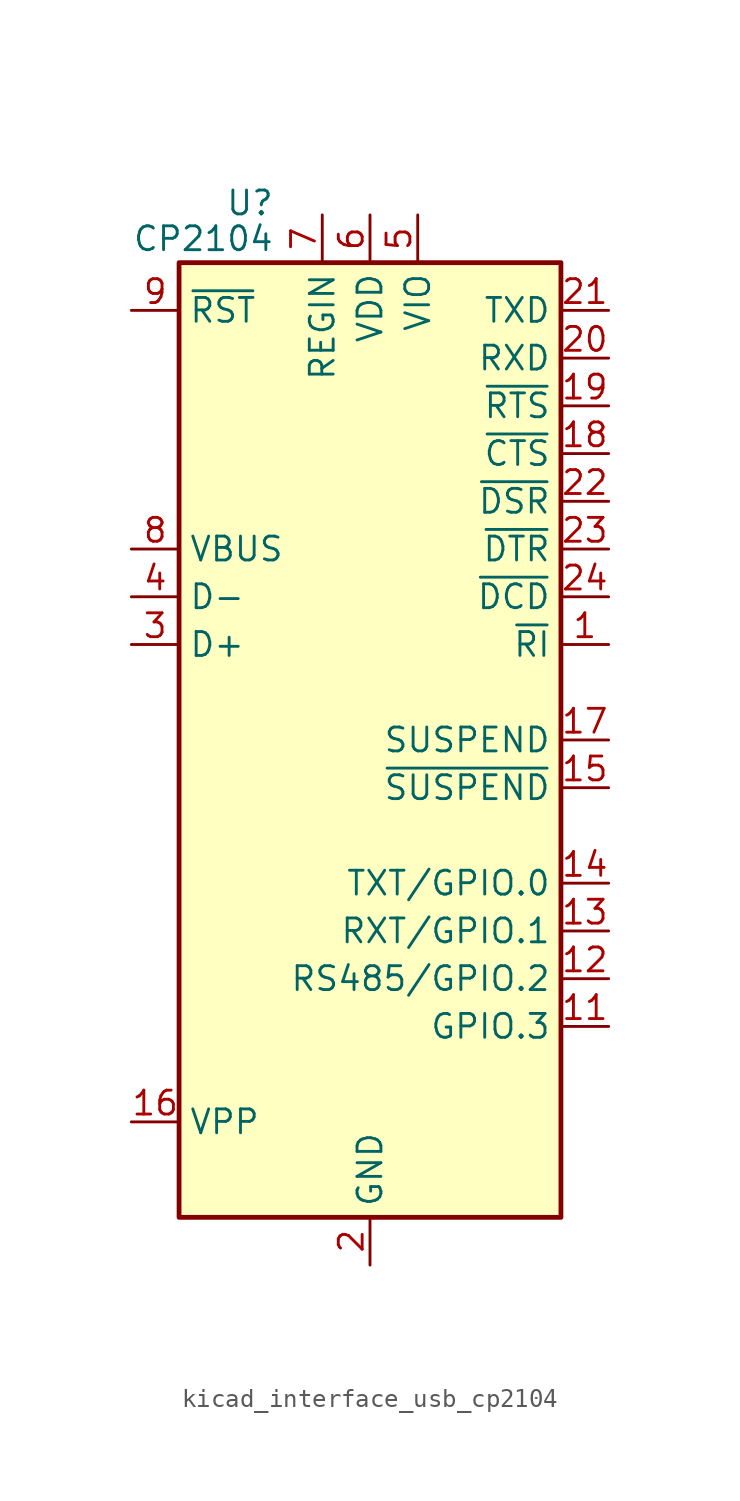
<source format=kicad_sym>
(kicad_symbol_lib
  (version 20220914)
  (generator kicad_symbol_editor)
  (symbol "kicad_interface_usb_cp2104"
    (property "Reference" "U"
      (at -5.08 28.575 0)
      (effects (font (size 1.27 1.27)) (justify right)))
    (property "Value" "CP2104"
      (at -5.08 26.67 0)
      (effects (font (size 1.27 1.27)) (justify right)))
    (symbol "kicad_interface_usb_cp2104_1_1"
      (rectangle (start -10.16 25.4) (end 10.16 -25.4) (stroke (width 0.254) (type default)) (fill (type background)))
      (pin input line (at 12.7 5.08 180) (length 2.54) (name "~{RI}" (effects (font (size 1.27 1.27)))) (number "1" (effects (font (size 1.27 1.27)))))
      (pin no_connect line (at 10.16 -20.32 180) (length 2.54) hide (name "NC" (effects (font (size 1.27 1.27)))) (number "10" (effects (font (size 1.27 1.27)))))
      (pin bidirectional line (at 12.7 -15.24 180) (length 2.54) (name "GPIO.3" (effects (font (size 1.27 1.27)))) (number "11" (effects (font (size 1.27 1.27)))))
      (pin bidirectional line (at 12.7 -12.7 180) (length 2.54) (name "RS485/GPIO.2" (effects (font (size 1.27 1.27)))) (number "12" (effects (font (size 1.27 1.27)))))
      (pin bidirectional line (at 12.7 -10.16 180) (length 2.54) (name "RXT/GPIO.1" (effects (font (size 1.27 1.27)))) (number "13" (effects (font (size 1.27 1.27)))))
      (pin bidirectional line (at 12.7 -7.62 180) (length 2.54) (name "TXT/GPIO.0" (effects (font (size 1.27 1.27)))) (number "14" (effects (font (size 1.27 1.27)))))
      (pin output line (at 12.7 -2.54 180) (length 2.54) (name "~{SUSPEND}" (effects (font (size 1.27 1.27)))) (number "15" (effects (font (size 1.27 1.27)))))
      (pin passive line (at -12.7 -20.32 0) (length 2.54) (name "VPP" (effects (font (size 1.27 1.27)))) (number "16" (effects (font (size 1.27 1.27)))))
      (pin output line (at 12.7 0 180) (length 2.54) (name "SUSPEND" (effects (font (size 1.27 1.27)))) (number "17" (effects (font (size 1.27 1.27)))))
      (pin input line (at 12.7 15.24 180) (length 2.54) (name "~{CTS}" (effects (font (size 1.27 1.27)))) (number "18" (effects (font (size 1.27 1.27)))))
      (pin output line (at 12.7 17.78 180) (length 2.54) (name "~{RTS}" (effects (font (size 1.27 1.27)))) (number "19" (effects (font (size 1.27 1.27)))))
      (pin power_in line (at 0 -27.94 90) (length 2.54) (name "GND" (effects (font (size 1.27 1.27)))) (number "2" (effects (font (size 1.27 1.27)))))
      (pin input line (at 12.7 20.32 180) (length 2.54) (name "RXD" (effects (font (size 1.27 1.27)))) (number "20" (effects (font (size 1.27 1.27)))))
      (pin output line (at 12.7 22.86 180) (length 2.54) (name "TXD" (effects (font (size 1.27 1.27)))) (number "21" (effects (font (size 1.27 1.27)))))
      (pin input line (at 12.7 12.7 180) (length 2.54) (name "~{DSR}" (effects (font (size 1.27 1.27)))) (number "22" (effects (font (size 1.27 1.27)))))
      (pin output line (at 12.7 10.16 180) (length 2.54) (name "~{DTR}" (effects (font (size 1.27 1.27)))) (number "23" (effects (font (size 1.27 1.27)))))
      (pin input line (at 12.7 7.62 180) (length 2.54) (name "~{DCD}" (effects (font (size 1.27 1.27)))) (number "24" (effects (font (size 1.27 1.27)))))
      (pin passive line (at 0 -27.94 90) (length 2.54) hide (name "GND" (effects (font (size 1.27 1.27)))) (number "25" (effects (font (size 1.27 1.27)))))
      (pin bidirectional line (at -12.7 5.08 0) (length 2.54) (name "D+" (effects (font (size 1.27 1.27)))) (number "3" (effects (font (size 1.27 1.27)))))
      (pin bidirectional line (at -12.7 7.62 0) (length 2.54) (name "D-" (effects (font (size 1.27 1.27)))) (number "4" (effects (font (size 1.27 1.27)))))
      (pin power_in line (at 2.54 27.94 270) (length 2.54) (name "VIO" (effects (font (size 1.27 1.27)))) (number "5" (effects (font (size 1.27 1.27)))))
      (pin power_in line (at 0 27.94 270) (length 2.54) (name "VDD" (effects (font (size 1.27 1.27)))) (number "6" (effects (font (size 1.27 1.27)))))
      (pin power_in line (at -2.54 27.94 270) (length 2.54) (name "REGIN" (effects (font (size 1.27 1.27)))) (number "7" (effects (font (size 1.27 1.27)))))
      (pin input line (at -12.7 10.16 0) (length 2.54) (name "VBUS" (effects (font (size 1.27 1.27)))) (number "8" (effects (font (size 1.27 1.27)))))
      (pin bidirectional line (at -12.7 22.86 0) (length 2.54) (name "~{RST}" (effects (font (size 1.27 1.27)))) (number "9" (effects (font (size 1.27 1.27))))))))
</source>
